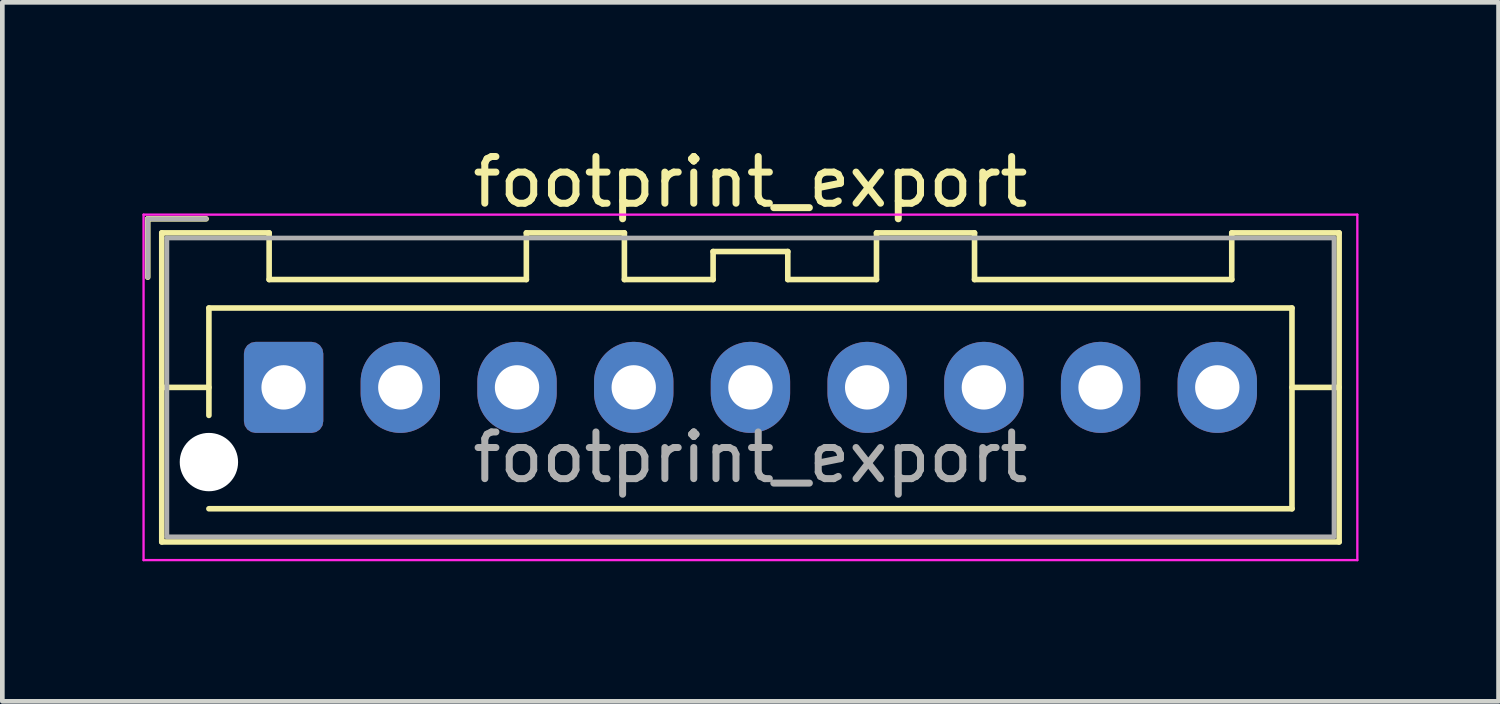
<source format=kicad_pcb>
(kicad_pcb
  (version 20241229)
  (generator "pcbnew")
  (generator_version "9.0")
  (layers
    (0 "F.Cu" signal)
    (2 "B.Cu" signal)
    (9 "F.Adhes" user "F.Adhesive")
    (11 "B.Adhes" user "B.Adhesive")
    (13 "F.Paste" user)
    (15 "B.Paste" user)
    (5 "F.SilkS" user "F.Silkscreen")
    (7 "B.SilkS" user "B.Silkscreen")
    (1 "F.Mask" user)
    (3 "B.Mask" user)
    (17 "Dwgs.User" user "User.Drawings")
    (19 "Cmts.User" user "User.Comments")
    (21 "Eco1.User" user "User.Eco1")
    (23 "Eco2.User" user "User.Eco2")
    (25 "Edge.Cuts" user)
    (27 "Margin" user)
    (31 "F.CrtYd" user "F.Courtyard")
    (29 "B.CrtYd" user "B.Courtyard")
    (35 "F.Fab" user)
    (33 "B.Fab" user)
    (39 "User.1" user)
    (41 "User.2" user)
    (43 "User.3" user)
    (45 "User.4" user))
  (footprint "footprint_export"
    (layer "F.Cu")
    (at 3.025 5.248)
    (property "Reference" "footprint_export" (at 10 -4.4 0) (layer "F.SilkS") (effects (font (size 1 1) (thickness 0.15))))
    (attr through_hole)
    (fp_line (start -2.91 -3.61) (end -2.91 -2.36) (stroke (width 0.12) (type solid)) (layer "F.SilkS"))
    (fp_line (start -2.61 -3.31) (end -2.61 3.31) (stroke (width 0.12) (type solid)) (layer "F.SilkS"))
    (fp_line (start -2.61 0) (end -1.6 0) (stroke (width 0.12) (type solid)) (layer "F.SilkS"))
    (fp_line (start -2.61 3.31) (end 22.61 3.31) (stroke (width 0.12) (type solid)) (layer "F.SilkS"))
    (fp_line (start -1.66 -3.61) (end -2.91 -3.61) (stroke (width 0.12) (type solid)) (layer "F.SilkS"))
    (fp_line (start -1.6 -1.7) (end 21.6 -1.7) (stroke (width 0.12) (type solid)) (layer "F.SilkS"))
    (fp_line (start -1.6 0.6) (end -1.6 -1.7) (stroke (width 0.12) (type solid)) (layer "F.SilkS"))
    (fp_line (start -0.31 -3.31) (end -2.61 -3.31) (stroke (width 0.12) (type solid)) (layer "F.SilkS"))
    (fp_line (start -0.31 -2.31) (end -0.31 -3.31) (stroke (width 0.12) (type solid)) (layer "F.SilkS"))
    (fp_line (start 5.2 -3.31) (end 5.2 -2.31) (stroke (width 0.12) (type solid)) (layer "F.SilkS"))
    (fp_line (start 5.2 -2.31) (end -0.31 -2.31) (stroke (width 0.12) (type solid)) (layer "F.SilkS"))
    (fp_line (start 7.3 -3.31) (end 5.2 -3.31) (stroke (width 0.12) (type solid)) (layer "F.SilkS"))
    (fp_line (start 7.3 -2.31) (end 7.3 -3.31) (stroke (width 0.12) (type solid)) (layer "F.SilkS"))
    (fp_line (start 9.2 -2.91) (end 9.2 -2.31) (stroke (width 0.12) (type solid)) (layer "F.SilkS"))
    (fp_line (start 9.2 -2.31) (end 7.3 -2.31) (stroke (width 0.12) (type solid)) (layer "F.SilkS"))
    (fp_line (start 10.8 -2.91) (end 9.2 -2.91) (stroke (width 0.12) (type solid)) (layer "F.SilkS"))
    (fp_line (start 10.8 -2.31) (end 10.8 -2.91) (stroke (width 0.12) (type solid)) (layer "F.SilkS"))
    (fp_line (start 12.7 -3.31) (end 12.7 -2.31) (stroke (width 0.12) (type solid)) (layer "F.SilkS"))
    (fp_line (start 12.7 -2.31) (end 10.8 -2.31) (stroke (width 0.12) (type solid)) (layer "F.SilkS"))
    (fp_line (start 14.8 -3.31) (end 12.7 -3.31) (stroke (width 0.12) (type solid)) (layer "F.SilkS"))
    (fp_line (start 14.8 -2.31) (end 14.8 -3.31) (stroke (width 0.12) (type solid)) (layer "F.SilkS"))
    (fp_line (start 20.31 -3.31) (end 20.31 -2.31) (stroke (width 0.12) (type solid)) (layer "F.SilkS"))
    (fp_line (start 20.31 -2.31) (end 14.8 -2.31) (stroke (width 0.12) (type solid)) (layer "F.SilkS"))
    (fp_line (start 21.6 -1.7) (end 21.6 2.6) (stroke (width 0.12) (type solid)) (layer "F.SilkS"))
    (fp_line (start 21.6 2.6) (end -1.6 2.6) (stroke (width 0.12) (type solid)) (layer "F.SilkS"))
    (fp_line (start 22.61 -3.31) (end 20.31 -3.31) (stroke (width 0.12) (type solid)) (layer "F.SilkS"))
    (fp_line (start 22.61 0) (end 21.6 0) (stroke (width 0.12) (type solid)) (layer "F.SilkS"))
    (fp_line (start 22.61 3.31) (end 22.61 -3.31) (stroke (width 0.12) (type solid)) (layer "F.SilkS"))
    (fp_line (start -3 -3.7) (end -3 3.7) (stroke (width 0.05) (type solid)) (layer "F.CrtYd"))
    (fp_line (start -3 3.7) (end 23 3.7) (stroke (width 0.05) (type solid)) (layer "F.CrtYd"))
    (fp_line (start 23 -3.7) (end -3 -3.7) (stroke (width 0.05) (type solid)) (layer "F.CrtYd"))
    (fp_line (start 23 3.7) (end 23 -3.7) (stroke (width 0.05) (type solid)) (layer "F.CrtYd"))
    (fp_line (start -2.91 -3.61) (end -2.91 -2.36) (stroke (width 0.1) (type solid)) (layer "F.Fab"))
    (fp_line (start -2.5 -3.2) (end -2.5 3.2) (stroke (width 0.1) (type solid)) (layer "F.Fab"))
    (fp_line (start -2.5 3.2) (end 22.5 3.2) (stroke (width 0.1) (type solid)) (layer "F.Fab"))
    (fp_line (start -1.66 -3.61) (end -2.91 -3.61) (stroke (width 0.1) (type solid)) (layer "F.Fab"))
    (fp_line (start 22.5 -3.2) (end -2.5 -3.2) (stroke (width 0.1) (type solid)) (layer "F.Fab"))
    (fp_line (start 22.5 3.2) (end 22.5 -3.2) (stroke (width 0.1) (type solid)) (layer "F.Fab"))
    (fp_text user "${REFERENCE}" (at 10 1.5 0) (layer "F.Fab") (effects (font (size 1 1) (thickness 0.15))))
    (pad "" np_thru_hole circle (at -1.6 1.6) (size 1.25 1.25) (drill 1.25) (layers "*.Cu" "*.Mask"))
    (pad "1" thru_hole roundrect (at 0 0) (size 1.7 1.95) (drill 0.95) (layers "*.Cu" "*.Mask") (roundrect_rratio 0.147))
    (pad "2" thru_hole oval (at 2.5 0) (size 1.7 1.95) (drill 0.95) (layers "*.Cu" "*.Mask"))
    (pad "3" thru_hole oval (at 5 0) (size 1.7 1.95) (drill 0.95) (layers "*.Cu" "*.Mask"))
    (pad "4" thru_hole oval (at 7.5 0) (size 1.7 1.95) (drill 0.95) (layers "*.Cu" "*.Mask"))
    (pad "5" thru_hole oval (at 10 0) (size 1.7 1.95) (drill 0.95) (layers "*.Cu" "*.Mask"))
    (pad "6" thru_hole oval (at 12.5 0) (size 1.7 1.95) (drill 0.95) (layers "*.Cu" "*.Mask"))
    (pad "7" thru_hole oval (at 15 0) (size 1.7 1.95) (drill 0.95) (layers "*.Cu" "*.Mask"))
    (pad "8" thru_hole oval (at 17.5 0) (size 1.7 1.95) (drill 0.95) (layers "*.Cu" "*.Mask"))
    (pad "9" thru_hole oval (at 20 0) (size 1.7 1.95) (drill 0.95) (layers "*.Cu" "*.Mask")))
  (gr_rect
    (start -3 -3)
    (end 29.05 11.973)
    (stroke (width 0.1) (type default))
    (fill no)
    (layer "Edge.Cuts")))
</source>
